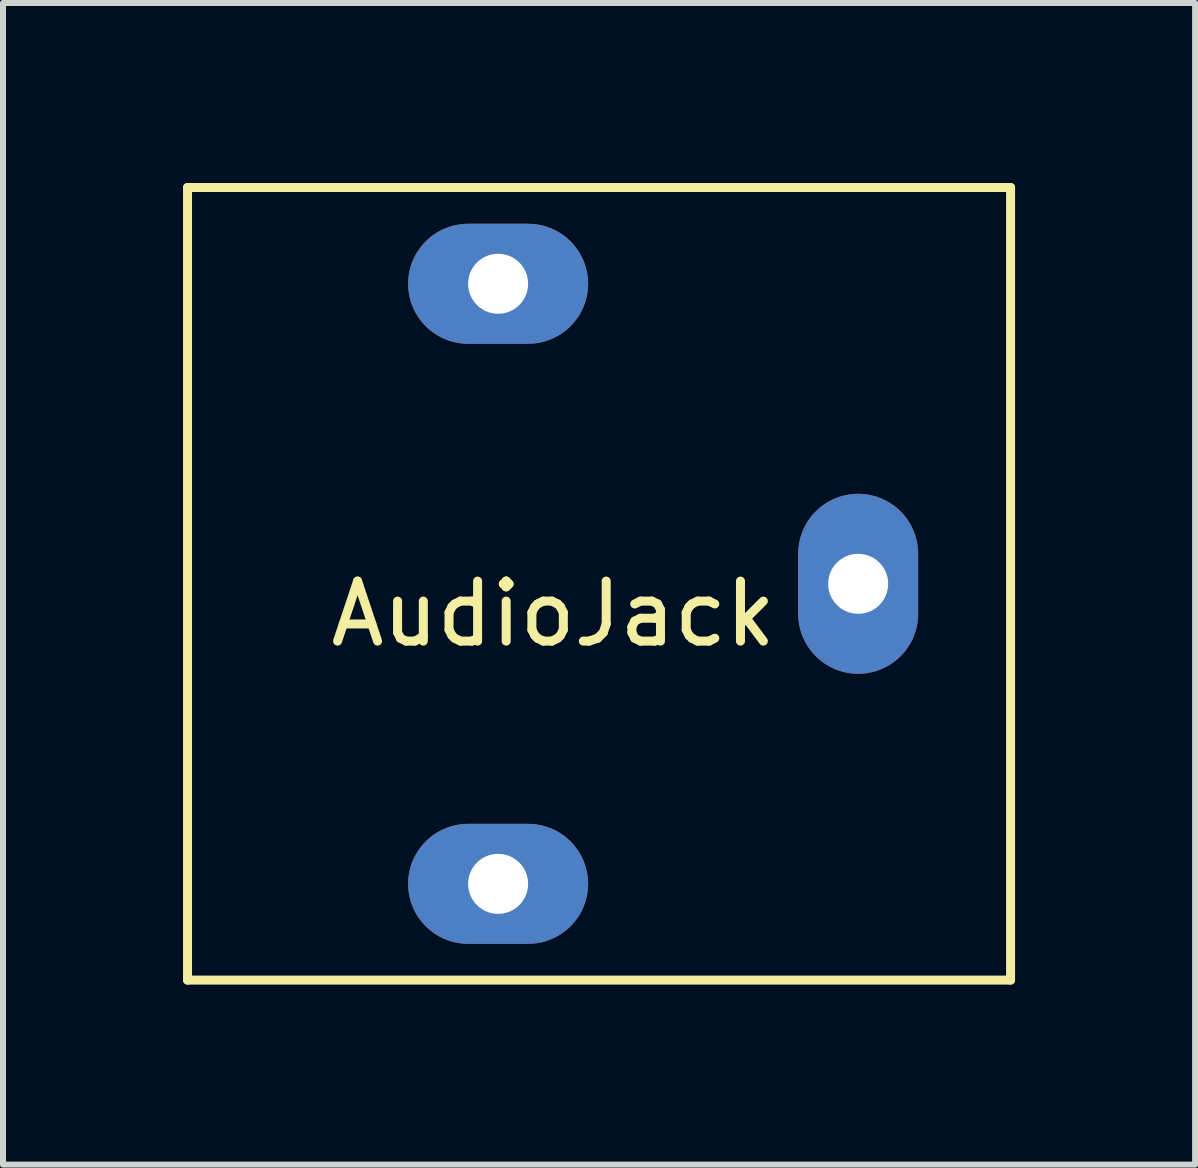
<source format=kicad_pcb>
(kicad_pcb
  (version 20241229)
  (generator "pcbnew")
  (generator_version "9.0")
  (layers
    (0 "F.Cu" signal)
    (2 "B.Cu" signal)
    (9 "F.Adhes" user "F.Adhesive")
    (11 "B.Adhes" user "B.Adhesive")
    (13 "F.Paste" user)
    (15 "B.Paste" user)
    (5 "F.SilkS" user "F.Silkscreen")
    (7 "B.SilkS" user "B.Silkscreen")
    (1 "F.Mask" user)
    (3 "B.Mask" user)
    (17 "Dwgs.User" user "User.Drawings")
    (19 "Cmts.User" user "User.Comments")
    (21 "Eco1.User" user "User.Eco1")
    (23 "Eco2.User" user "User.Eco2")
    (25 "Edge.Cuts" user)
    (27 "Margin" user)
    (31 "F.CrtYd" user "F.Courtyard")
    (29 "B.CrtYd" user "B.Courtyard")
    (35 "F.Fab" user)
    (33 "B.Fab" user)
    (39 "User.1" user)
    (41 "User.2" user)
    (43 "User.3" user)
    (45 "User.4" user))
  (footprint "AudioJack"
    (layer "F.Cu")
    (at 11.251 6.679)
    (property "Reference" "AudioJack" (at -5.08 0.5 0) (layer "F.SilkS") (effects (font (size 1 1) (thickness 0.15))))
    (attr through_hole)
    (fp_line (start -11.176 -6.604) (end 2.54 -6.604) (stroke (width 0.15) (type solid)) (layer "F.SilkS"))
    (fp_line (start -11.176 6.604) (end -11.176 -6.604) (stroke (width 0.15) (type solid)) (layer "F.SilkS"))
    (fp_line (start 2.54 -6.604) (end 2.54 6.604) (stroke (width 0.15) (type solid)) (layer "F.SilkS"))
    (fp_line (start 2.54 6.604) (end -11.176 6.604) (stroke (width 0.15) (type solid)) (layer "F.SilkS"))
    (pad "R" thru_hole oval (at 0 0) (size 2 3) (drill 1) (layers "*.Cu" "*.Mask"))
    (pad "S" thru_hole oval (at -6 -5) (size 3 2) (drill 1) (layers "*.Cu" "*.Mask"))
    (pad "T" thru_hole oval (at -6 5) (size 3 2) (drill 1) (layers "*.Cu" "*.Mask")))
  (gr_rect
    (start -3 -3)
    (end 16.866 16.358)
    (stroke (width 0.1) (type default))
    (fill no)
    (layer "Edge.Cuts")))
</source>
